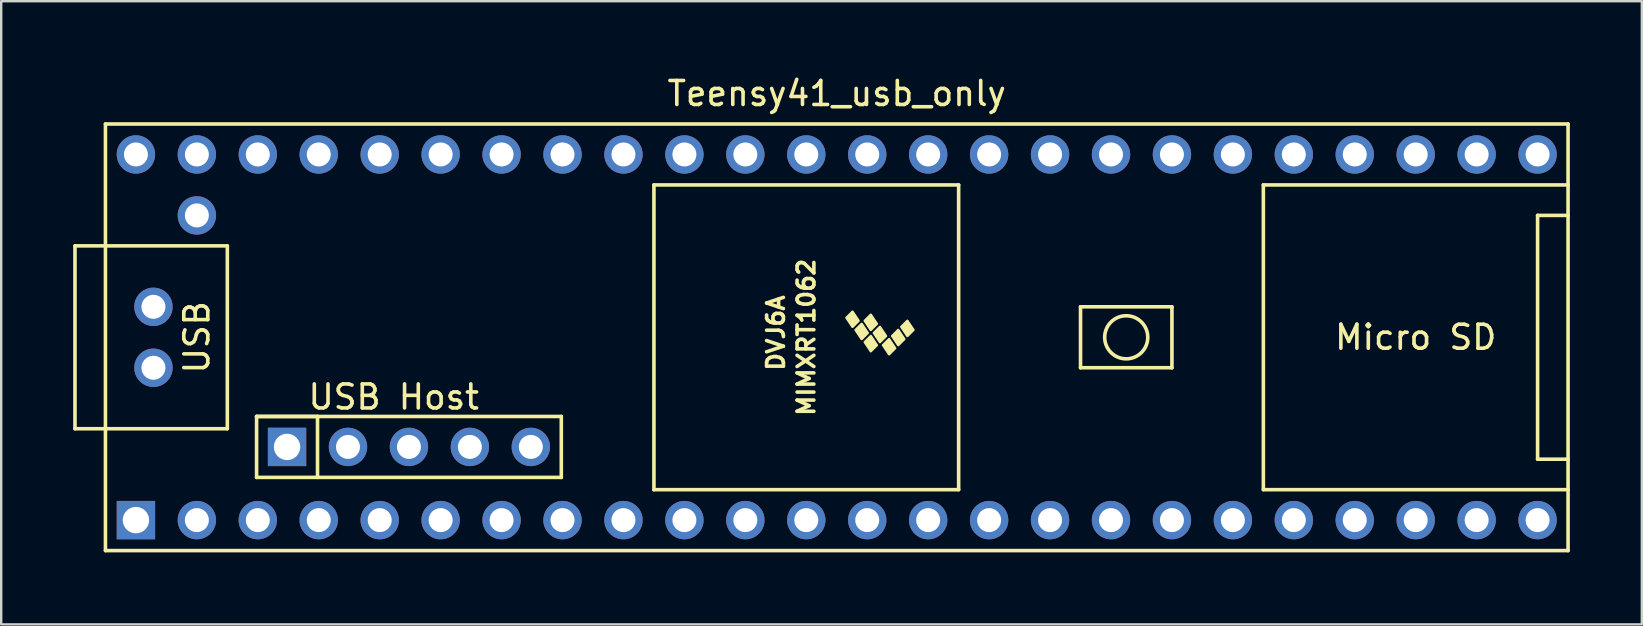
<source format=kicad_pcb>
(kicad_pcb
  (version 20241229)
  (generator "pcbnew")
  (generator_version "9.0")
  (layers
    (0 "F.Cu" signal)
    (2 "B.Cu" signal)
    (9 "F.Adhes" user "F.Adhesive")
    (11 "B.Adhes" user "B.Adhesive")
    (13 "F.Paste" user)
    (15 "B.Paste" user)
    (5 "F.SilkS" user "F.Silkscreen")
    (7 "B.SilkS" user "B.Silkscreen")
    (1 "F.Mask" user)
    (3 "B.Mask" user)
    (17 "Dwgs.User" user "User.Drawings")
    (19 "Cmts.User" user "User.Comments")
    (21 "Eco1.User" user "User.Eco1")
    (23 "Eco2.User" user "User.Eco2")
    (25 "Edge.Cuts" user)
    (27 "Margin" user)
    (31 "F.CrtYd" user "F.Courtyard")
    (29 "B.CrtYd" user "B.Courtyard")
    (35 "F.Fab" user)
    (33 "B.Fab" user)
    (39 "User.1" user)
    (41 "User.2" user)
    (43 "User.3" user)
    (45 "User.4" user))
  (footprint "Teensy41_usb_only"
    (layer "F.Cu")
    (at 31.825 11.008)
    (property "Reference" "Teensy41_usb_only" (at 0 -10.16 0) (layer "F.SilkS") (effects (font (size 1 1) (thickness 0.15))))
    (attr through_hole)
    (fp_line (start -31.75 -3.81) (end -30.48 -3.81) (stroke (width 0.15) (type solid)) (layer "F.SilkS"))
    (fp_line (start -31.75 3.81) (end -31.75 -3.81) (stroke (width 0.15) (type solid)) (layer "F.SilkS"))
    (fp_line (start -30.48 -8.89) (end 30.48 -8.89) (stroke (width 0.15) (type solid)) (layer "F.SilkS"))
    (fp_line (start -30.48 3.81) (end -31.75 3.81) (stroke (width 0.15) (type solid)) (layer "F.SilkS"))
    (fp_line (start -30.48 8.89) (end -30.48 -8.89) (stroke (width 0.15) (type solid)) (layer "F.SilkS"))
    (fp_line (start -25.4 -3.81) (end -30.48 -3.81) (stroke (width 0.15) (type solid)) (layer "F.SilkS"))
    (fp_line (start -25.4 3.81) (end -30.48 3.81) (stroke (width 0.15) (type solid)) (layer "F.SilkS"))
    (fp_line (start -25.4 3.81) (end -25.4 -3.81) (stroke (width 0.15) (type solid)) (layer "F.SilkS"))
    (fp_line (start -24.181 3.299) (end -21.641 3.299) (stroke (width 0.15) (type solid)) (layer "F.SilkS"))
    (fp_line (start -24.181 3.299) (end -11.481 3.299) (stroke (width 0.15) (type solid)) (layer "F.SilkS"))
    (fp_line (start -24.181 5.839) (end -24.181 3.299) (stroke (width 0.15) (type solid)) (layer "F.SilkS"))
    (fp_line (start -21.641 3.299) (end -21.641 5.839) (stroke (width 0.15) (type solid)) (layer "F.SilkS"))
    (fp_line (start -11.481 3.299) (end -11.481 5.839) (stroke (width 0.15) (type solid)) (layer "F.SilkS"))
    (fp_line (start -11.481 5.839) (end -24.181 5.839) (stroke (width 0.15) (type solid)) (layer "F.SilkS"))
    (fp_line (start -7.62 -6.35) (end -7.62 6.35) (stroke (width 0.15) (type solid)) (layer "F.SilkS"))
    (fp_line (start -7.62 6.35) (end 5.08 6.35) (stroke (width 0.15) (type solid)) (layer "F.SilkS"))
    (fp_line (start 5.08 -6.35) (end -7.62 -6.35) (stroke (width 0.15) (type solid)) (layer "F.SilkS"))
    (fp_line (start 5.08 6.35) (end 5.08 -6.35) (stroke (width 0.15) (type solid)) (layer "F.SilkS"))
    (fp_line (start 10.16 -1.27) (end 13.97 -1.27) (stroke (width 0.15) (type solid)) (layer "F.SilkS"))
    (fp_line (start 10.16 1.27) (end 10.16 -1.27) (stroke (width 0.15) (type solid)) (layer "F.SilkS"))
    (fp_line (start 13.97 -1.27) (end 13.97 1.27) (stroke (width 0.15) (type solid)) (layer "F.SilkS"))
    (fp_line (start 13.97 1.27) (end 10.16 1.27) (stroke (width 0.15) (type solid)) (layer "F.SilkS"))
    (fp_line (start 17.78 -6.35) (end 17.78 6.35) (stroke (width 0.15) (type solid)) (layer "F.SilkS"))
    (fp_line (start 17.78 6.35) (end 30.48 6.35) (stroke (width 0.15) (type solid)) (layer "F.SilkS"))
    (fp_line (start 29.21 -5.08) (end 29.21 5.08) (stroke (width 0.15) (type solid)) (layer "F.SilkS"))
    (fp_line (start 29.21 5.08) (end 30.48 5.08) (stroke (width 0.15) (type solid)) (layer "F.SilkS"))
    (fp_line (start 30.48 -8.89) (end 30.48 8.89) (stroke (width 0.15) (type solid)) (layer "F.SilkS"))
    (fp_line (start 30.48 -6.35) (end 17.78 -6.35) (stroke (width 0.15) (type solid)) (layer "F.SilkS"))
    (fp_line (start 30.48 -5.08) (end 29.21 -5.08) (stroke (width 0.15) (type solid)) (layer "F.SilkS"))
    (fp_line (start 30.48 8.89) (end -30.48 8.89) (stroke (width 0.15) (type solid)) (layer "F.SilkS"))
    (fp_circle (center 12.065 0) (end 12.7 -0.635) (stroke (width 0.15) (type solid)) (fill no) (layer "F.SilkS"))
    (fp_poly (pts (xy 0.911 -0.688) (xy 0.657 -0.434) (xy 0.403 -0.815) (xy 0.657 -1.069)) (stroke (width 0.1) (type solid)) (fill yes) (layer "F.SilkS"))
    (fp_poly (pts (xy 1.292 -0.18) (xy 1.038 0.074) (xy 0.784 -0.307) (xy 1.038 -0.561)) (stroke (width 0.1) (type solid)) (fill yes) (layer "F.SilkS"))
    (fp_poly (pts (xy 1.673 -0.561) (xy 1.419 -0.307) (xy 1.165 -0.688) (xy 1.419 -0.942)) (stroke (width 0.1) (type solid)) (fill yes) (layer "F.SilkS"))
    (fp_poly (pts (xy 1.673 0.328) (xy 1.419 0.582) (xy 1.165 0.201) (xy 1.419 -0.053)) (stroke (width 0.1) (type solid)) (fill yes) (layer "F.SilkS"))
    (fp_poly (pts (xy 2.054 -0.053) (xy 1.8 0.201) (xy 1.546 -0.18) (xy 1.8 -0.434)) (stroke (width 0.1) (type solid)) (fill yes) (layer "F.SilkS"))
    (fp_poly (pts (xy 2.435 0.455) (xy 2.181 0.709) (xy 1.927 0.328) (xy 2.181 0.074)) (stroke (width 0.1) (type solid)) (fill yes) (layer "F.SilkS"))
    (fp_poly (pts (xy 2.816 0.074) (xy 2.562 0.328) (xy 2.308 -0.053) (xy 2.562 -0.307)) (stroke (width 0.1) (type solid)) (fill yes) (layer "F.SilkS"))
    (fp_poly (pts (xy 3.197 -0.307) (xy 2.943 -0.053) (xy 2.689 -0.434) (xy 2.943 -0.688)) (stroke (width 0.1) (type solid)) (fill yes) (layer "F.SilkS"))
    (fp_text user "DVJ6A" (at -2.54 -0.18 270) (layer "F.SilkS") (effects (font (size 0.7 0.7) (thickness 0.15))))
    (fp_text user "USB Host" (at -18.466 2.489 0) (layer "F.SilkS") (effects (font (size 1 1) (thickness 0.15))))
    (fp_text user "USB" (at -26.67 0 270) (layer "F.SilkS") (effects (font (size 1 1) (thickness 0.15))))
    (fp_text user "Micro SD" (at 24.13 0 0) (layer "F.SilkS") (effects (font (size 1 1) (thickness 0.15))))
    (fp_text user "MIMXRT1062" (at -1.27 0 270) (layer "F.SilkS") (effects (font (size 0.7 0.7) (thickness 0.15))))
    (pad "1" thru_hole rect (at -29.21 7.62) (size 1.6 1.6) (drill 1.1) (layers "*.Cu" "*.Mask"))
    (pad "2" thru_hole circle (at -26.67 7.62) (size 1.6 1.6) (drill 1) (layers "*.Cu" "*.Mask"))
    (pad "3" thru_hole circle (at -24.13 7.62) (size 1.6 1.6) (drill 1) (layers "*.Cu" "*.Mask"))
    (pad "4" thru_hole circle (at -21.59 7.62) (size 1.6 1.6) (drill 1) (layers "*.Cu" "*.Mask"))
    (pad "5" thru_hole circle (at -19.05 7.62) (size 1.6 1.6) (drill 1) (layers "*.Cu" "*.Mask"))
    (pad "6" thru_hole circle (at -16.51 7.62) (size 1.6 1.6) (drill 1) (layers "*.Cu" "*.Mask"))
    (pad "7" thru_hole circle (at -13.97 7.62) (size 1.6 1.6) (drill 1) (layers "*.Cu" "*.Mask"))
    (pad "8" thru_hole circle (at -11.43 7.62) (size 1.6 1.6) (drill 1) (layers "*.Cu" "*.Mask"))
    (pad "9" thru_hole circle (at -8.89 7.62) (size 1.6 1.6) (drill 1) (layers "*.Cu" "*.Mask"))
    (pad "10" thru_hole circle (at -6.35 7.62) (size 1.6 1.6) (drill 1) (layers "*.Cu" "*.Mask"))
    (pad "11" thru_hole circle (at -3.81 7.62) (size 1.6 1.6) (drill 1) (layers "*.Cu" "*.Mask"))
    (pad "12" thru_hole circle (at -1.27 7.62) (size 1.6 1.6) (drill 1) (layers "*.Cu" "*.Mask"))
    (pad "13" thru_hole circle (at 1.27 7.62) (size 1.6 1.6) (drill 1) (layers "*.Cu" "*.Mask"))
    (pad "14" thru_hole circle (at 3.81 7.62) (size 1.6 1.6) (drill 1) (layers "*.Cu" "*.Mask"))
    (pad "15" thru_hole circle (at 6.35 7.62) (size 1.6 1.6) (drill 1) (layers "*.Cu" "*.Mask"))
    (pad "16" thru_hole circle (at 8.89 7.62) (size 1.6 1.6) (drill 1) (layers "*.Cu" "*.Mask"))
    (pad "17" thru_hole circle (at 11.43 7.62) (size 1.6 1.6) (drill 1) (layers "*.Cu" "*.Mask"))
    (pad "18" thru_hole circle (at 13.97 7.62) (size 1.6 1.6) (drill 1) (layers "*.Cu" "*.Mask"))
    (pad "19" thru_hole circle (at 16.51 7.62) (size 1.6 1.6) (drill 1) (layers "*.Cu" "*.Mask"))
    (pad "20" thru_hole circle (at 19.05 7.62) (size 1.6 1.6) (drill 1) (layers "*.Cu" "*.Mask"))
    (pad "21" thru_hole circle (at 21.59 7.62) (size 1.6 1.6) (drill 1) (layers "*.Cu" "*.Mask"))
    (pad "22" thru_hole circle (at 24.13 7.62) (size 1.6 1.6) (drill 1) (layers "*.Cu" "*.Mask"))
    (pad "23" thru_hole circle (at 26.67 7.62) (size 1.6 1.6) (drill 1) (layers "*.Cu" "*.Mask"))
    (pad "24" thru_hole circle (at 29.21 7.62) (size 1.6 1.6) (drill 1) (layers "*.Cu" "*.Mask"))
    (pad "25" thru_hole circle (at 29.21 -7.62) (size 1.6 1.6) (drill 1) (layers "*.Cu" "*.Mask"))
    (pad "26" thru_hole circle (at 26.67 -7.62) (size 1.6 1.6) (drill 1) (layers "*.Cu" "*.Mask"))
    (pad "27" thru_hole circle (at 24.13 -7.62) (size 1.6 1.6) (drill 1) (layers "*.Cu" "*.Mask"))
    (pad "28" thru_hole circle (at 21.59 -7.62) (size 1.6 1.6) (drill 1) (layers "*.Cu" "*.Mask"))
    (pad "29" thru_hole circle (at 19.05 -7.62) (size 1.6 1.6) (drill 1) (layers "*.Cu" "*.Mask"))
    (pad "30" thru_hole circle (at 16.51 -7.62) (size 1.6 1.6) (drill 1) (layers "*.Cu" "*.Mask"))
    (pad "31" thru_hole circle (at 13.97 -7.62) (size 1.6 1.6) (drill 1) (layers "*.Cu" "*.Mask"))
    (pad "32" thru_hole circle (at 11.43 -7.62) (size 1.6 1.6) (drill 1) (layers "*.Cu" "*.Mask"))
    (pad "33" thru_hole circle (at 8.89 -7.62) (size 1.6 1.6) (drill 1) (layers "*.Cu" "*.Mask"))
    (pad "34" thru_hole circle (at 6.35 -7.62) (size 1.6 1.6) (drill 1) (layers "*.Cu" "*.Mask"))
    (pad "35" thru_hole circle (at 3.81 -7.62) (size 1.6 1.6) (drill 1) (layers "*.Cu" "*.Mask"))
    (pad "36" thru_hole circle (at 1.27 -7.62) (size 1.6 1.6) (drill 1) (layers "*.Cu" "*.Mask"))
    (pad "37" thru_hole circle (at -1.27 -7.62) (size 1.6 1.6) (drill 1) (layers "*.Cu" "*.Mask"))
    (pad "38" thru_hole circle (at -3.81 -7.62) (size 1.6 1.6) (drill 1) (layers "*.Cu" "*.Mask"))
    (pad "39" thru_hole circle (at -6.35 -7.62) (size 1.6 1.6) (drill 1) (layers "*.Cu" "*.Mask"))
    (pad "40" thru_hole circle (at -8.89 -7.62) (size 1.6 1.6) (drill 1) (layers "*.Cu" "*.Mask"))
    (pad "41" thru_hole circle (at -11.43 -7.62) (size 1.6 1.6) (drill 1) (layers "*.Cu" "*.Mask"))
    (pad "42" thru_hole circle (at -13.97 -7.62) (size 1.6 1.6) (drill 1) (layers "*.Cu" "*.Mask"))
    (pad "43" thru_hole circle (at -16.51 -7.62) (size 1.6 1.6) (drill 1) (layers "*.Cu" "*.Mask"))
    (pad "44" thru_hole circle (at -19.05 -7.62) (size 1.6 1.6) (drill 1) (layers "*.Cu" "*.Mask"))
    (pad "45" thru_hole circle (at -21.59 -7.62) (size 1.6 1.6) (drill 1) (layers "*.Cu" "*.Mask"))
    (pad "46" thru_hole circle (at -24.13 -7.62) (size 1.6 1.6) (drill 1) (layers "*.Cu" "*.Mask"))
    (pad "47" thru_hole circle (at -26.67 -7.62) (size 1.6 1.6) (drill 1) (layers "*.Cu" "*.Mask"))
    (pad "48" thru_hole circle (at -29.21 -7.62) (size 1.6 1.6) (drill 1) (layers "*.Cu" "*.Mask"))
    (pad "49" thru_hole circle (at -26.67 -5.08) (size 1.6 1.6) (drill 1) (layers "*.Cu" "*.Mask"))
    (pad "55" thru_hole rect (at -22.911 4.569) (size 1.6 1.6) (drill 1.1) (layers "*.Cu" "*.Mask"))
    (pad "56" thru_hole circle (at -20.371 4.569) (size 1.6 1.6) (drill 1) (layers "*.Cu" "*.Mask"))
    (pad "57" thru_hole circle (at -17.831 4.569) (size 1.6 1.6) (drill 1) (layers "*.Cu" "*.Mask"))
    (pad "58" thru_hole circle (at -15.291 4.569) (size 1.6 1.6) (drill 1) (layers "*.Cu" "*.Mask"))
    (pad "59" thru_hole circle (at -12.751 4.569) (size 1.6 1.6) (drill 1) (layers "*.Cu" "*.Mask"))
    (pad "66" thru_hole circle (at -28.48 1.27) (size 1.6 1.6) (drill 1) (layers "*.Cu" "*.Mask"))
    (pad "67" thru_hole circle (at -28.48 -1.27) (size 1.6 1.6) (drill 1) (layers "*.Cu" "*.Mask")))
  (gr_rect
    (start -3 -3)
    (end 65.38 22.973)
    (stroke (width 0.1) (type default))
    (fill no)
    (layer "Edge.Cuts")))
</source>
